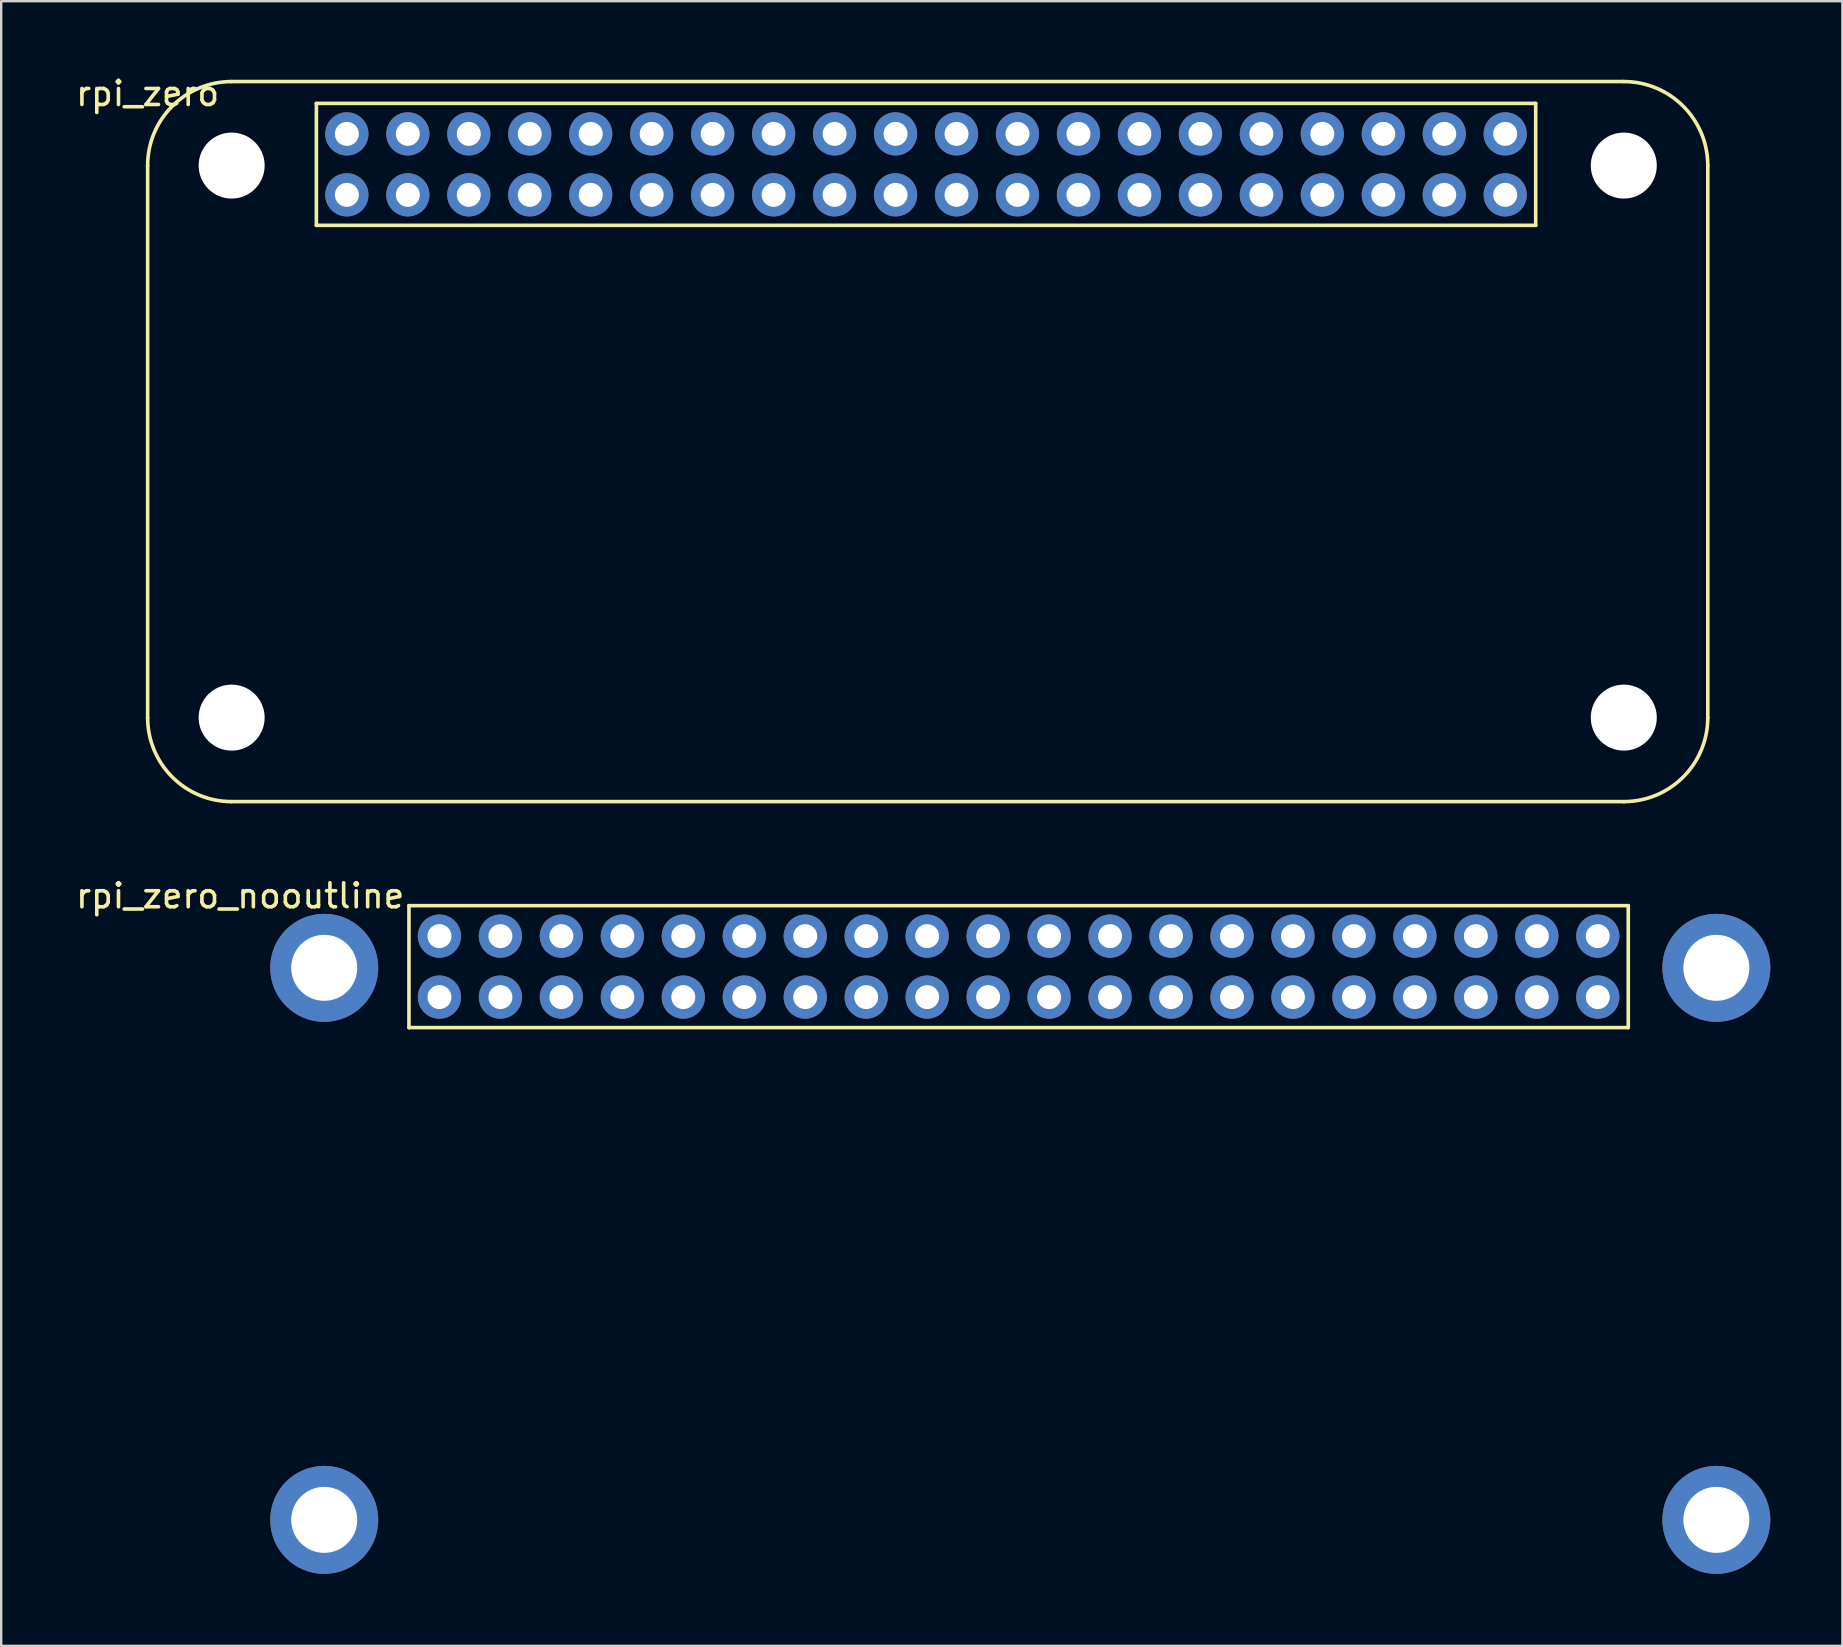
<source format=kicad_pcb>
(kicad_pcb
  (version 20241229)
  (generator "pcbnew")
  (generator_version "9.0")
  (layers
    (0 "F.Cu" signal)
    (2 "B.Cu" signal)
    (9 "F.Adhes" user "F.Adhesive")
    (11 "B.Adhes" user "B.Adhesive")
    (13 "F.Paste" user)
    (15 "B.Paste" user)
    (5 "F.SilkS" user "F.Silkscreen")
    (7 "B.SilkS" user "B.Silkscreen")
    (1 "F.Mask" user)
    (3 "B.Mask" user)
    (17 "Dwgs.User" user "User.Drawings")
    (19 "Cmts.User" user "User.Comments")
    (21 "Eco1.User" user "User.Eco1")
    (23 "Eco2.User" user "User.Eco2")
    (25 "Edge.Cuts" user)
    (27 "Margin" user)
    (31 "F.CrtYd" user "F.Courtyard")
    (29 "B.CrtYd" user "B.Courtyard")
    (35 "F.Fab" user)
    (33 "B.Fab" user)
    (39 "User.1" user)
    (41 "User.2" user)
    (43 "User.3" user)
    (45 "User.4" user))
  (footprint "rpi_zero_nooutline"
    (layer "F.Cu")
    (at 35.648 48.772)
    (property "Reference" "rpi_zero_nooutline" (at -28.69 -14.5 0) (layer "F.SilkS") (effects (font (size 1 1) (thickness 0.15))))
    (attr through_hole)
    (fp_line (start -21.66 -14.09) (end 29.14 -14.09) (stroke (width 0.15) (type solid)) (layer "F.SilkS"))
    (fp_line (start -21.66 -9.01) (end -21.66 -14.09) (stroke (width 0.15) (type solid)) (layer "F.SilkS"))
    (fp_line (start 29.14 -14.09) (end 29.14 -9.01) (stroke (width 0.15) (type solid)) (layer "F.SilkS"))
    (fp_line (start 29.14 -9.01) (end -21.66 -9.01) (stroke (width 0.15) (type solid)) (layer "F.SilkS"))
    (pad "" np_thru_hole circle (at -25.19 -11.5) (size 4.5 4.5) (drill 2.75) (layers "*.Cu" "*.Mask"))
    (pad "" np_thru_hole circle (at -25.19 11.5) (size 4.5 4.5) (drill 2.75) (layers "*.Cu" "*.Mask"))
    (pad "" np_thru_hole circle (at 32.81 -11.5) (size 4.5 4.5) (drill 2.75) (layers "*.Cu" "*.Mask"))
    (pad "" np_thru_hole circle (at 32.81 11.5) (size 4.5 4.5) (drill 2.75) (layers "*.Cu" "*.Mask"))
    (pad "1" thru_hole circle (at -20.39 -10.28) (size 1.8 1.8) (drill 1) (layers "*.Cu" "*.Mask"))
    (pad "2" thru_hole circle (at -20.39 -12.82) (size 1.8 1.8) (drill 1) (layers "*.Cu" "*.Mask"))
    (pad "3" thru_hole circle (at -17.85 -10.28) (size 1.8 1.8) (drill 1) (layers "*.Cu" "*.Mask"))
    (pad "4" thru_hole circle (at -17.85 -12.82) (size 1.8 1.8) (drill 1) (layers "*.Cu" "*.Mask"))
    (pad "5" thru_hole circle (at -15.31 -10.28) (size 1.8 1.8) (drill 1) (layers "*.Cu" "*.Mask"))
    (pad "6" thru_hole circle (at -15.31 -12.82) (size 1.8 1.8) (drill 1) (layers "*.Cu" "*.Mask"))
    (pad "7" thru_hole circle (at -12.77 -10.28) (size 1.8 1.8) (drill 1) (layers "*.Cu" "*.Mask"))
    (pad "8" thru_hole circle (at -12.77 -12.82) (size 1.8 1.8) (drill 1) (layers "*.Cu" "*.Mask"))
    (pad "9" thru_hole circle (at -10.23 -10.28) (size 1.8 1.8) (drill 1) (layers "*.Cu" "*.Mask"))
    (pad "10" thru_hole circle (at -10.23 -12.82) (size 1.8 1.8) (drill 1) (layers "*.Cu" "*.Mask"))
    (pad "11" thru_hole circle (at -7.69 -10.28) (size 1.8 1.8) (drill 1) (layers "*.Cu" "*.Mask"))
    (pad "12" thru_hole circle (at -7.69 -12.82) (size 1.8 1.8) (drill 1) (layers "*.Cu" "*.Mask"))
    (pad "13" thru_hole circle (at -5.15 -10.28) (size 1.8 1.8) (drill 1) (layers "*.Cu" "*.Mask"))
    (pad "14" thru_hole circle (at -5.15 -12.82) (size 1.8 1.8) (drill 1) (layers "*.Cu" "*.Mask"))
    (pad "15" thru_hole circle (at -2.61 -10.28) (size 1.8 1.8) (drill 1) (layers "*.Cu" "*.Mask"))
    (pad "16" thru_hole circle (at -2.61 -12.82) (size 1.8 1.8) (drill 1) (layers "*.Cu" "*.Mask"))
    (pad "17" thru_hole circle (at -0.07 -10.28) (size 1.8 1.8) (drill 1) (layers "*.Cu" "*.Mask"))
    (pad "18" thru_hole circle (at -0.07 -12.82) (size 1.8 1.8) (drill 1) (layers "*.Cu" "*.Mask"))
    (pad "19" thru_hole circle (at 2.47 -10.28) (size 1.8 1.8) (drill 1) (layers "*.Cu" "*.Mask"))
    (pad "20" thru_hole circle (at 2.47 -12.82) (size 1.8 1.8) (drill 1) (layers "*.Cu" "*.Mask"))
    (pad "21" thru_hole circle (at 5.01 -10.28) (size 1.8 1.8) (drill 1) (layers "*.Cu" "*.Mask"))
    (pad "22" thru_hole circle (at 5.01 -12.82) (size 1.8 1.8) (drill 1) (layers "*.Cu" "*.Mask"))
    (pad "23" thru_hole circle (at 7.55 -10.28) (size 1.8 1.8) (drill 1) (layers "*.Cu" "*.Mask"))
    (pad "24" thru_hole circle (at 7.55 -12.82) (size 1.8 1.8) (drill 1) (layers "*.Cu" "*.Mask"))
    (pad "25" thru_hole circle (at 10.09 -10.28) (size 1.8 1.8) (drill 1) (layers "*.Cu" "*.Mask"))
    (pad "26" thru_hole circle (at 10.09 -12.82) (size 1.8 1.8) (drill 1) (layers "*.Cu" "*.Mask"))
    (pad "27" thru_hole circle (at 12.63 -10.28) (size 1.8 1.8) (drill 1) (layers "*.Cu" "*.Mask"))
    (pad "28" thru_hole circle (at 12.63 -12.82) (size 1.8 1.8) (drill 1) (layers "*.Cu" "*.Mask"))
    (pad "29" thru_hole circle (at 15.17 -10.28) (size 1.8 1.8) (drill 1) (layers "*.Cu" "*.Mask"))
    (pad "30" thru_hole circle (at 15.17 -12.82) (size 1.8 1.8) (drill 1) (layers "*.Cu" "*.Mask"))
    (pad "31" thru_hole circle (at 17.71 -10.28) (size 1.8 1.8) (drill 1) (layers "*.Cu" "*.Mask"))
    (pad "32" thru_hole circle (at 17.71 -12.82) (size 1.8 1.8) (drill 1) (layers "*.Cu" "*.Mask"))
    (pad "33" thru_hole circle (at 20.25 -10.28) (size 1.8 1.8) (drill 1) (layers "*.Cu" "*.Mask"))
    (pad "34" thru_hole circle (at 20.25 -12.82) (size 1.8 1.8) (drill 1) (layers "*.Cu" "*.Mask"))
    (pad "35" thru_hole circle (at 22.79 -10.28) (size 1.8 1.8) (drill 1) (layers "*.Cu" "*.Mask"))
    (pad "36" thru_hole circle (at 22.79 -12.82) (size 1.8 1.8) (drill 1) (layers "*.Cu" "*.Mask"))
    (pad "37" thru_hole circle (at 25.33 -10.28) (size 1.8 1.8) (drill 1) (layers "*.Cu" "*.Mask"))
    (pad "38" thru_hole circle (at 25.33 -12.82) (size 1.8 1.8) (drill 1) (layers "*.Cu" "*.Mask"))
    (pad "39" thru_hole circle (at 27.87 -10.28) (size 1.8 1.8) (drill 1) (layers "*.Cu" "*.Mask"))
    (pad "40" thru_hole circle (at 27.87 -12.82) (size 1.8 1.8) (drill 1) (layers "*.Cu" "*.Mask")))
  (footprint "rpi_zero"
    (layer "F.Cu")
    (at 31.791 15.348)
    (property "Reference" "rpi_zero" (at -28.69 -14.5 0) (layer "F.SilkS") (effects (font (size 1 1) (thickness 0.15))))
    (attr through_hole)
    (fp_line (start -28.69 -11.5) (end -28.69 11.5) (stroke (width 0.15) (type solid)) (layer "F.SilkS"))
    (fp_line (start -25.19 -15) (end 32.81 -15) (stroke (width 0.15) (type solid)) (layer "F.SilkS"))
    (fp_line (start -25.19 15) (end 32.81 15) (stroke (width 0.15) (type solid)) (layer "F.SilkS"))
    (fp_line (start -21.66 -14.09) (end 29.14 -14.09) (stroke (width 0.15) (type solid)) (layer "F.SilkS"))
    (fp_line (start -21.66 -9.01) (end -21.66 -14.09) (stroke (width 0.15) (type solid)) (layer "F.SilkS"))
    (fp_line (start 29.14 -14.09) (end 29.14 -9.01) (stroke (width 0.15) (type solid)) (layer "F.SilkS"))
    (fp_line (start 29.14 -9.01) (end -21.66 -9.01) (stroke (width 0.15) (type solid)) (layer "F.SilkS"))
    (fp_line (start 36.31 -11.5) (end 36.31 11.5) (stroke (width 0.15) (type solid)) (layer "F.SilkS"))
    (fp_arc (start -28.69 -11.5) (mid -27.664874 -13.974874) (end -25.19 -15) (stroke (width 0.15) (type solid)) (layer "F.SilkS"))
    (fp_arc (start -25.19 15) (mid -27.664874 13.974874) (end -28.69 11.5) (stroke (width 0.15) (type solid)) (layer "F.SilkS"))
    (fp_arc (start 32.81 -15) (mid 35.284874 -13.974874) (end 36.31 -11.5) (stroke (width 0.15) (type solid)) (layer "F.SilkS"))
    (fp_arc (start 36.31 11.5) (mid 35.284874 13.974874) (end 32.81 15) (stroke (width 0.15) (type solid)) (layer "F.SilkS"))
    (pad "" np_thru_hole circle (at -25.19 -11.5) (size 2.75 2.75) (drill 2.75) (layers "*.Cu" "*.Mask"))
    (pad "" np_thru_hole circle (at -25.19 11.5) (size 2.75 2.75) (drill 2.75) (layers "*.Cu" "*.Mask"))
    (pad "" np_thru_hole circle (at 32.81 -11.5) (size 2.75 2.75) (drill 2.75) (layers "*.Cu" "*.Mask"))
    (pad "" np_thru_hole circle (at 32.81 11.5) (size 2.75 2.75) (drill 2.75) (layers "*.Cu" "*.Mask"))
    (pad "1" thru_hole circle (at -20.39 -10.28) (size 1.8 1.8) (drill 1) (layers "*.Cu" "*.Mask"))
    (pad "2" thru_hole circle (at -20.39 -12.82) (size 1.8 1.8) (drill 1) (layers "*.Cu" "*.Mask"))
    (pad "3" thru_hole circle (at -17.85 -10.28) (size 1.8 1.8) (drill 1) (layers "*.Cu" "*.Mask"))
    (pad "4" thru_hole circle (at -17.85 -12.82) (size 1.8 1.8) (drill 1) (layers "*.Cu" "*.Mask"))
    (pad "5" thru_hole circle (at -15.31 -10.28) (size 1.8 1.8) (drill 1) (layers "*.Cu" "*.Mask"))
    (pad "6" thru_hole circle (at -15.31 -12.82) (size 1.8 1.8) (drill 1) (layers "*.Cu" "*.Mask"))
    (pad "7" thru_hole circle (at -12.77 -10.28) (size 1.8 1.8) (drill 1) (layers "*.Cu" "*.Mask"))
    (pad "8" thru_hole circle (at -12.77 -12.82) (size 1.8 1.8) (drill 1) (layers "*.Cu" "*.Mask"))
    (pad "9" thru_hole circle (at -10.23 -10.28) (size 1.8 1.8) (drill 1) (layers "*.Cu" "*.Mask"))
    (pad "10" thru_hole circle (at -10.23 -12.82) (size 1.8 1.8) (drill 1) (layers "*.Cu" "*.Mask"))
    (pad "11" thru_hole circle (at -7.69 -10.28) (size 1.8 1.8) (drill 1) (layers "*.Cu" "*.Mask"))
    (pad "12" thru_hole circle (at -7.69 -12.82) (size 1.8 1.8) (drill 1) (layers "*.Cu" "*.Mask"))
    (pad "13" thru_hole circle (at -5.15 -10.28) (size 1.8 1.8) (drill 1) (layers "*.Cu" "*.Mask"))
    (pad "14" thru_hole circle (at -5.15 -12.82) (size 1.8 1.8) (drill 1) (layers "*.Cu" "*.Mask"))
    (pad "15" thru_hole circle (at -2.61 -10.28) (size 1.8 1.8) (drill 1) (layers "*.Cu" "*.Mask"))
    (pad "16" thru_hole circle (at -2.61 -12.82) (size 1.8 1.8) (drill 1) (layers "*.Cu" "*.Mask"))
    (pad "17" thru_hole circle (at -0.07 -10.28) (size 1.8 1.8) (drill 1) (layers "*.Cu" "*.Mask"))
    (pad "18" thru_hole circle (at -0.07 -12.82) (size 1.8 1.8) (drill 1) (layers "*.Cu" "*.Mask"))
    (pad "19" thru_hole circle (at 2.47 -10.28) (size 1.8 1.8) (drill 1) (layers "*.Cu" "*.Mask"))
    (pad "20" thru_hole circle (at 2.47 -12.82) (size 1.8 1.8) (drill 1) (layers "*.Cu" "*.Mask"))
    (pad "21" thru_hole circle (at 5.01 -10.28) (size 1.8 1.8) (drill 1) (layers "*.Cu" "*.Mask"))
    (pad "22" thru_hole circle (at 5.01 -12.82) (size 1.8 1.8) (drill 1) (layers "*.Cu" "*.Mask"))
    (pad "23" thru_hole circle (at 7.55 -10.28) (size 1.8 1.8) (drill 1) (layers "*.Cu" "*.Mask"))
    (pad "24" thru_hole circle (at 7.55 -12.82) (size 1.8 1.8) (drill 1) (layers "*.Cu" "*.Mask"))
    (pad "25" thru_hole circle (at 10.09 -10.28) (size 1.8 1.8) (drill 1) (layers "*.Cu" "*.Mask"))
    (pad "26" thru_hole circle (at 10.09 -12.82) (size 1.8 1.8) (drill 1) (layers "*.Cu" "*.Mask"))
    (pad "27" thru_hole circle (at 12.63 -10.28) (size 1.8 1.8) (drill 1) (layers "*.Cu" "*.Mask"))
    (pad "28" thru_hole circle (at 12.63 -12.82) (size 1.8 1.8) (drill 1) (layers "*.Cu" "*.Mask"))
    (pad "29" thru_hole circle (at 15.17 -10.28) (size 1.8 1.8) (drill 1) (layers "*.Cu" "*.Mask"))
    (pad "30" thru_hole circle (at 15.17 -12.82) (size 1.8 1.8) (drill 1) (layers "*.Cu" "*.Mask"))
    (pad "31" thru_hole circle (at 17.71 -10.28) (size 1.8 1.8) (drill 1) (layers "*.Cu" "*.Mask"))
    (pad "32" thru_hole circle (at 17.71 -12.82) (size 1.8 1.8) (drill 1) (layers "*.Cu" "*.Mask"))
    (pad "33" thru_hole circle (at 20.25 -10.28) (size 1.8 1.8) (drill 1) (layers "*.Cu" "*.Mask"))
    (pad "34" thru_hole circle (at 20.25 -12.82) (size 1.8 1.8) (drill 1) (layers "*.Cu" "*.Mask"))
    (pad "35" thru_hole circle (at 22.79 -10.28) (size 1.8 1.8) (drill 1) (layers "*.Cu" "*.Mask"))
    (pad "36" thru_hole circle (at 22.79 -12.82) (size 1.8 1.8) (drill 1) (layers "*.Cu" "*.Mask"))
    (pad "37" thru_hole circle (at 25.33 -10.28) (size 1.8 1.8) (drill 1) (layers "*.Cu" "*.Mask"))
    (pad "38" thru_hole circle (at 25.33 -12.82) (size 1.8 1.8) (drill 1) (layers "*.Cu" "*.Mask"))
    (pad "39" thru_hole circle (at 27.87 -10.28) (size 1.8 1.8) (drill 1) (layers "*.Cu" "*.Mask"))
    (pad "40" thru_hole circle (at 27.87 -12.82) (size 1.8 1.8) (drill 1) (layers "*.Cu" "*.Mask")))
  (gr_rect
    (start -3 -3)
    (end 73.708 65.522)
    (stroke (width 0.1) (type default))
    (fill no)
    (layer "Edge.Cuts")))
</source>
